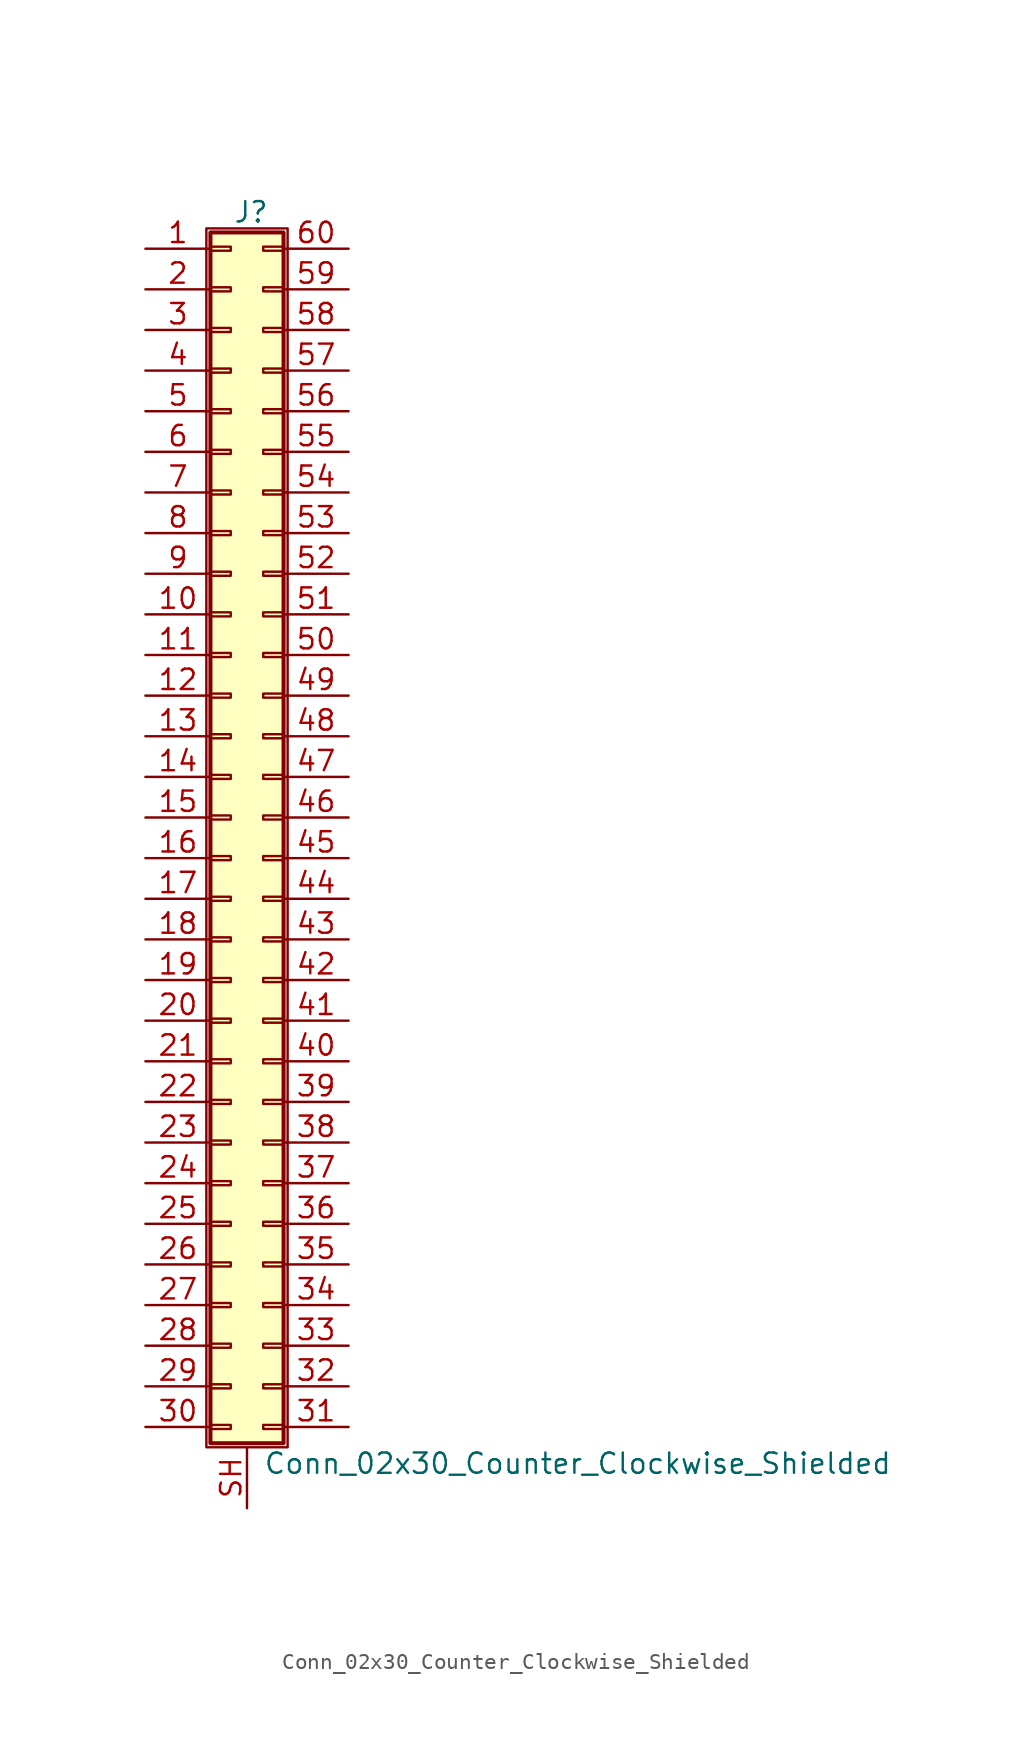
<source format=kicad_sym>
(kicad_symbol_lib
  (version 20211014)
  (generator kicad_symbol_editor)
  (symbol "Conn_02x30_Counter_Clockwise_Shielded"
    (pin_names
      (offset 1.016) hide)
    (property "Reference" "J"
      (at 1.524 37.846 0)
      (effects (font (size 1.27 1.27))))
    (property "Value" "Conn_02x30_Counter_Clockwise_Shielded"
      (at 2.286 -40.386 0)
      (effects (font (size 1.27 1.27)) (justify left)))
    (symbol "Conn_02x30_Counter_Clockwise_Shielded_1_1"
      (rectangle (start -1.27 36.83) (end 3.81 -39.37) (stroke (width 0.152) (type default) (color 0 0 0 0)) (fill (type none)))
      (rectangle (start -1.016 -37.973) (end 0.254 -38.227) (stroke (width 0.152) (type default) (color 0 0 0 0)) (fill (type none)))
      (rectangle (start -1.016 -35.433) (end 0.254 -35.687) (stroke (width 0.152) (type default) (color 0 0 0 0)) (fill (type none)))
      (rectangle (start -1.016 -32.893) (end 0.254 -33.147) (stroke (width 0.152) (type default) (color 0 0 0 0)) (fill (type none)))
      (rectangle (start -1.016 -30.353) (end 0.254 -30.607) (stroke (width 0.152) (type default) (color 0 0 0 0)) (fill (type none)))
      (rectangle (start -1.016 -27.813) (end 0.254 -28.067) (stroke (width 0.152) (type default) (color 0 0 0 0)) (fill (type none)))
      (rectangle (start -1.016 -25.273) (end 0.254 -25.527) (stroke (width 0.152) (type default) (color 0 0 0 0)) (fill (type none)))
      (rectangle (start -1.016 -22.733) (end 0.254 -22.987) (stroke (width 0.152) (type default) (color 0 0 0 0)) (fill (type none)))
      (rectangle (start -1.016 -20.193) (end 0.254 -20.447) (stroke (width 0.152) (type default) (color 0 0 0 0)) (fill (type none)))
      (rectangle (start -1.016 -17.653) (end 0.254 -17.907) (stroke (width 0.152) (type default) (color 0 0 0 0)) (fill (type none)))
      (rectangle (start -1.016 -15.113) (end 0.254 -15.367) (stroke (width 0.152) (type default) (color 0 0 0 0)) (fill (type none)))
      (rectangle (start -1.016 -12.573) (end 0.254 -12.827) (stroke (width 0.152) (type default) (color 0 0 0 0)) (fill (type none)))
      (rectangle (start -1.016 -10.033) (end 0.254 -10.287) (stroke (width 0.152) (type default) (color 0 0 0 0)) (fill (type none)))
      (rectangle (start -1.016 -7.493) (end 0.254 -7.747) (stroke (width 0.152) (type default) (color 0 0 0 0)) (fill (type none)))
      (rectangle (start -1.016 -4.953) (end 0.254 -5.207) (stroke (width 0.152) (type default) (color 0 0 0 0)) (fill (type none)))
      (rectangle (start -1.016 -2.413) (end 0.254 -2.667) (stroke (width 0.152) (type default) (color 0 0 0 0)) (fill (type none)))
      (rectangle (start -1.016 0.127) (end 0.254 -0.127) (stroke (width 0.152) (type default) (color 0 0 0 0)) (fill (type none)))
      (rectangle (start -1.016 2.667) (end 0.254 2.413) (stroke (width 0.152) (type default) (color 0 0 0 0)) (fill (type none)))
      (rectangle (start -1.016 5.207) (end 0.254 4.953) (stroke (width 0.152) (type default) (color 0 0 0 0)) (fill (type none)))
      (rectangle (start -1.016 7.747) (end 0.254 7.493) (stroke (width 0.152) (type default) (color 0 0 0 0)) (fill (type none)))
      (rectangle (start -1.016 10.287) (end 0.254 10.033) (stroke (width 0.152) (type default) (color 0 0 0 0)) (fill (type none)))
      (rectangle (start -1.016 12.827) (end 0.254 12.573) (stroke (width 0.152) (type default) (color 0 0 0 0)) (fill (type none)))
      (rectangle (start -1.016 15.367) (end 0.254 15.113) (stroke (width 0.152) (type default) (color 0 0 0 0)) (fill (type none)))
      (rectangle (start -1.016 17.907) (end 0.254 17.653) (stroke (width 0.152) (type default) (color 0 0 0 0)) (fill (type none)))
      (rectangle (start -1.016 20.447) (end 0.254 20.193) (stroke (width 0.152) (type default) (color 0 0 0 0)) (fill (type none)))
      (rectangle (start -1.016 22.987) (end 0.254 22.733) (stroke (width 0.152) (type default) (color 0 0 0 0)) (fill (type none)))
      (rectangle (start -1.016 25.527) (end 0.254 25.273) (stroke (width 0.152) (type default) (color 0 0 0 0)) (fill (type none)))
      (rectangle (start -1.016 28.067) (end 0.254 27.813) (stroke (width 0.152) (type default) (color 0 0 0 0)) (fill (type none)))
      (rectangle (start -1.016 30.607) (end 0.254 30.353) (stroke (width 0.152) (type default) (color 0 0 0 0)) (fill (type none)))
      (rectangle (start -1.016 33.147) (end 0.254 32.893) (stroke (width 0.152) (type default) (color 0 0 0 0)) (fill (type none)))
      (rectangle (start -1.016 35.687) (end 0.254 35.433) (stroke (width 0.152) (type default) (color 0 0 0 0)) (fill (type none)))
      (rectangle (start -1.016 36.576) (end 3.556 -39.116) (stroke (width 0.254) (type default) (color 0 0 0 0)) (fill (type background)))
      (rectangle (start 3.556 -37.973) (end 2.286 -38.227) (stroke (width 0.152) (type default) (color 0 0 0 0)) (fill (type none)))
      (rectangle (start 3.556 -35.433) (end 2.286 -35.687) (stroke (width 0.152) (type default) (color 0 0 0 0)) (fill (type none)))
      (rectangle (start 3.556 -32.893) (end 2.286 -33.147) (stroke (width 0.152) (type default) (color 0 0 0 0)) (fill (type none)))
      (rectangle (start 3.556 -30.353) (end 2.286 -30.607) (stroke (width 0.152) (type default) (color 0 0 0 0)) (fill (type none)))
      (rectangle (start 3.556 -27.813) (end 2.286 -28.067) (stroke (width 0.152) (type default) (color 0 0 0 0)) (fill (type none)))
      (rectangle (start 3.556 -25.273) (end 2.286 -25.527) (stroke (width 0.152) (type default) (color 0 0 0 0)) (fill (type none)))
      (rectangle (start 3.556 -22.733) (end 2.286 -22.987) (stroke (width 0.152) (type default) (color 0 0 0 0)) (fill (type none)))
      (rectangle (start 3.556 -20.193) (end 2.286 -20.447) (stroke (width 0.152) (type default) (color 0 0 0 0)) (fill (type none)))
      (rectangle (start 3.556 -17.653) (end 2.286 -17.907) (stroke (width 0.152) (type default) (color 0 0 0 0)) (fill (type none)))
      (rectangle (start 3.556 -15.113) (end 2.286 -15.367) (stroke (width 0.152) (type default) (color 0 0 0 0)) (fill (type none)))
      (rectangle (start 3.556 -12.573) (end 2.286 -12.827) (stroke (width 0.152) (type default) (color 0 0 0 0)) (fill (type none)))
      (rectangle (start 3.556 -10.033) (end 2.286 -10.287) (stroke (width 0.152) (type default) (color 0 0 0 0)) (fill (type none)))
      (rectangle (start 3.556 -7.493) (end 2.286 -7.747) (stroke (width 0.152) (type default) (color 0 0 0 0)) (fill (type none)))
      (rectangle (start 3.556 -4.953) (end 2.286 -5.207) (stroke (width 0.152) (type default) (color 0 0 0 0)) (fill (type none)))
      (rectangle (start 3.556 -2.413) (end 2.286 -2.667) (stroke (width 0.152) (type default) (color 0 0 0 0)) (fill (type none)))
      (rectangle (start 3.556 0.127) (end 2.286 -0.127) (stroke (width 0.152) (type default) (color 0 0 0 0)) (fill (type none)))
      (rectangle (start 3.556 2.667) (end 2.286 2.413) (stroke (width 0.152) (type default) (color 0 0 0 0)) (fill (type none)))
      (rectangle (start 3.556 5.207) (end 2.286 4.953) (stroke (width 0.152) (type default) (color 0 0 0 0)) (fill (type none)))
      (rectangle (start 3.556 7.747) (end 2.286 7.493) (stroke (width 0.152) (type default) (color 0 0 0 0)) (fill (type none)))
      (rectangle (start 3.556 10.287) (end 2.286 10.033) (stroke (width 0.152) (type default) (color 0 0 0 0)) (fill (type none)))
      (rectangle (start 3.556 12.827) (end 2.286 12.573) (stroke (width 0.152) (type default) (color 0 0 0 0)) (fill (type none)))
      (rectangle (start 3.556 15.367) (end 2.286 15.113) (stroke (width 0.152) (type default) (color 0 0 0 0)) (fill (type none)))
      (rectangle (start 3.556 17.907) (end 2.286 17.653) (stroke (width 0.152) (type default) (color 0 0 0 0)) (fill (type none)))
      (rectangle (start 3.556 20.447) (end 2.286 20.193) (stroke (width 0.152) (type default) (color 0 0 0 0)) (fill (type none)))
      (rectangle (start 3.556 22.987) (end 2.286 22.733) (stroke (width 0.152) (type default) (color 0 0 0 0)) (fill (type none)))
      (rectangle (start 3.556 25.527) (end 2.286 25.273) (stroke (width 0.152) (type default) (color 0 0 0 0)) (fill (type none)))
      (rectangle (start 3.556 28.067) (end 2.286 27.813) (stroke (width 0.152) (type default) (color 0 0 0 0)) (fill (type none)))
      (rectangle (start 3.556 30.607) (end 2.286 30.353) (stroke (width 0.152) (type default) (color 0 0 0 0)) (fill (type none)))
      (rectangle (start 3.556 33.147) (end 2.286 32.893) (stroke (width 0.152) (type default) (color 0 0 0 0)) (fill (type none)))
      (rectangle (start 3.556 35.687) (end 2.286 35.433) (stroke (width 0.152) (type default) (color 0 0 0 0)) (fill (type none)))
      (pin passive line (at -5.08 35.56 0) (length 4.064) (name "Pin_1" (effects (font (size 1.27 1.27)))) (number "1" (effects (font (size 1.27 1.27)))))
      (pin passive line (at -5.08 12.7 0) (length 4.064) (name "Pin_10" (effects (font (size 1.27 1.27)))) (number "10" (effects (font (size 1.27 1.27)))))
      (pin passive line (at -5.08 10.16 0) (length 4.064) (name "Pin_11" (effects (font (size 1.27 1.27)))) (number "11" (effects (font (size 1.27 1.27)))))
      (pin passive line (at -5.08 7.62 0) (length 4.064) (name "Pin_12" (effects (font (size 1.27 1.27)))) (number "12" (effects (font (size 1.27 1.27)))))
      (pin passive line (at -5.08 5.08 0) (length 4.064) (name "Pin_13" (effects (font (size 1.27 1.27)))) (number "13" (effects (font (size 1.27 1.27)))))
      (pin passive line (at -5.08 2.54 0) (length 4.064) (name "Pin_14" (effects (font (size 1.27 1.27)))) (number "14" (effects (font (size 1.27 1.27)))))
      (pin passive line (at -5.08 0 0) (length 4.064) (name "Pin_15" (effects (font (size 1.27 1.27)))) (number "15" (effects (font (size 1.27 1.27)))))
      (pin passive line (at -5.08 -2.54 0) (length 4.064) (name "Pin_16" (effects (font (size 1.27 1.27)))) (number "16" (effects (font (size 1.27 1.27)))))
      (pin passive line (at -5.08 -5.08 0) (length 4.064) (name "Pin_17" (effects (font (size 1.27 1.27)))) (number "17" (effects (font (size 1.27 1.27)))))
      (pin passive line (at -5.08 -7.62 0) (length 4.064) (name "Pin_18" (effects (font (size 1.27 1.27)))) (number "18" (effects (font (size 1.27 1.27)))))
      (pin passive line (at -5.08 -10.16 0) (length 4.064) (name "Pin_19" (effects (font (size 1.27 1.27)))) (number "19" (effects (font (size 1.27 1.27)))))
      (pin passive line (at -5.08 33.02 0) (length 4.064) (name "Pin_2" (effects (font (size 1.27 1.27)))) (number "2" (effects (font (size 1.27 1.27)))))
      (pin passive line (at -5.08 -12.7 0) (length 4.064) (name "Pin_20" (effects (font (size 1.27 1.27)))) (number "20" (effects (font (size 1.27 1.27)))))
      (pin passive line (at -5.08 -15.24 0) (length 4.064) (name "Pin_21" (effects (font (size 1.27 1.27)))) (number "21" (effects (font (size 1.27 1.27)))))
      (pin passive line (at -5.08 -17.78 0) (length 4.064) (name "Pin_22" (effects (font (size 1.27 1.27)))) (number "22" (effects (font (size 1.27 1.27)))))
      (pin passive line (at -5.08 -20.32 0) (length 4.064) (name "Pin_23" (effects (font (size 1.27 1.27)))) (number "23" (effects (font (size 1.27 1.27)))))
      (pin passive line (at -5.08 -22.86 0) (length 4.064) (name "Pin_24" (effects (font (size 1.27 1.27)))) (number "24" (effects (font (size 1.27 1.27)))))
      (pin passive line (at -5.08 -25.4 0) (length 4.064) (name "Pin_25" (effects (font (size 1.27 1.27)))) (number "25" (effects (font (size 1.27 1.27)))))
      (pin passive line (at -5.08 -27.94 0) (length 4.064) (name "Pin_26" (effects (font (size 1.27 1.27)))) (number "26" (effects (font (size 1.27 1.27)))))
      (pin passive line (at -5.08 -30.48 0) (length 4.064) (name "Pin_27" (effects (font (size 1.27 1.27)))) (number "27" (effects (font (size 1.27 1.27)))))
      (pin passive line (at -5.08 -33.02 0) (length 4.064) (name "Pin_28" (effects (font (size 1.27 1.27)))) (number "28" (effects (font (size 1.27 1.27)))))
      (pin passive line (at -5.08 -35.56 0) (length 4.064) (name "Pin_29" (effects (font (size 1.27 1.27)))) (number "29" (effects (font (size 1.27 1.27)))))
      (pin passive line (at -5.08 30.48 0) (length 4.064) (name "Pin_3" (effects (font (size 1.27 1.27)))) (number "3" (effects (font (size 1.27 1.27)))))
      (pin passive line (at -5.08 -38.1 0) (length 4.064) (name "Pin_30" (effects (font (size 1.27 1.27)))) (number "30" (effects (font (size 1.27 1.27)))))
      (pin passive line (at 7.62 -38.1 180) (length 4.064) (name "Pin_31" (effects (font (size 1.27 1.27)))) (number "31" (effects (font (size 1.27 1.27)))))
      (pin passive line (at 7.62 -35.56 180) (length 4.064) (name "Pin_32" (effects (font (size 1.27 1.27)))) (number "32" (effects (font (size 1.27 1.27)))))
      (pin passive line (at 7.62 -33.02 180) (length 4.064) (name "Pin_33" (effects (font (size 1.27 1.27)))) (number "33" (effects (font (size 1.27 1.27)))))
      (pin passive line (at 7.62 -30.48 180) (length 4.064) (name "Pin_34" (effects (font (size 1.27 1.27)))) (number "34" (effects (font (size 1.27 1.27)))))
      (pin passive line (at 7.62 -27.94 180) (length 4.064) (name "Pin_35" (effects (font (size 1.27 1.27)))) (number "35" (effects (font (size 1.27 1.27)))))
      (pin passive line (at 7.62 -25.4 180) (length 4.064) (name "Pin_36" (effects (font (size 1.27 1.27)))) (number "36" (effects (font (size 1.27 1.27)))))
      (pin passive line (at 7.62 -22.86 180) (length 4.064) (name "Pin_37" (effects (font (size 1.27 1.27)))) (number "37" (effects (font (size 1.27 1.27)))))
      (pin passive line (at 7.62 -20.32 180) (length 4.064) (name "Pin_38" (effects (font (size 1.27 1.27)))) (number "38" (effects (font (size 1.27 1.27)))))
      (pin passive line (at 7.62 -17.78 180) (length 4.064) (name "Pin_39" (effects (font (size 1.27 1.27)))) (number "39" (effects (font (size 1.27 1.27)))))
      (pin passive line (at -5.08 27.94 0) (length 4.064) (name "Pin_4" (effects (font (size 1.27 1.27)))) (number "4" (effects (font (size 1.27 1.27)))))
      (pin passive line (at 7.62 -15.24 180) (length 4.064) (name "Pin_40" (effects (font (size 1.27 1.27)))) (number "40" (effects (font (size 1.27 1.27)))))
      (pin passive line (at 7.62 -12.7 180) (length 4.064) (name "Pin_41" (effects (font (size 1.27 1.27)))) (number "41" (effects (font (size 1.27 1.27)))))
      (pin passive line (at 7.62 -10.16 180) (length 4.064) (name "Pin_42" (effects (font (size 1.27 1.27)))) (number "42" (effects (font (size 1.27 1.27)))))
      (pin passive line (at 7.62 -7.62 180) (length 4.064) (name "Pin_43" (effects (font (size 1.27 1.27)))) (number "43" (effects (font (size 1.27 1.27)))))
      (pin passive line (at 7.62 -5.08 180) (length 4.064) (name "Pin_44" (effects (font (size 1.27 1.27)))) (number "44" (effects (font (size 1.27 1.27)))))
      (pin passive line (at 7.62 -2.54 180) (length 4.064) (name "Pin_45" (effects (font (size 1.27 1.27)))) (number "45" (effects (font (size 1.27 1.27)))))
      (pin passive line (at 7.62 0 180) (length 4.064) (name "Pin_46" (effects (font (size 1.27 1.27)))) (number "46" (effects (font (size 1.27 1.27)))))
      (pin passive line (at 7.62 2.54 180) (length 4.064) (name "Pin_47" (effects (font (size 1.27 1.27)))) (number "47" (effects (font (size 1.27 1.27)))))
      (pin passive line (at 7.62 5.08 180) (length 4.064) (name "Pin_48" (effects (font (size 1.27 1.27)))) (number "48" (effects (font (size 1.27 1.27)))))
      (pin passive line (at 7.62 7.62 180) (length 4.064) (name "Pin_49" (effects (font (size 1.27 1.27)))) (number "49" (effects (font (size 1.27 1.27)))))
      (pin passive line (at -5.08 25.4 0) (length 4.064) (name "Pin_5" (effects (font (size 1.27 1.27)))) (number "5" (effects (font (size 1.27 1.27)))))
      (pin passive line (at 7.62 10.16 180) (length 4.064) (name "Pin_50" (effects (font (size 1.27 1.27)))) (number "50" (effects (font (size 1.27 1.27)))))
      (pin passive line (at 7.62 12.7 180) (length 4.064) (name "Pin_51" (effects (font (size 1.27 1.27)))) (number "51" (effects (font (size 1.27 1.27)))))
      (pin passive line (at 7.62 15.24 180) (length 4.064) (name "Pin_52" (effects (font (size 1.27 1.27)))) (number "52" (effects (font (size 1.27 1.27)))))
      (pin passive line (at 7.62 17.78 180) (length 4.064) (name "Pin_53" (effects (font (size 1.27 1.27)))) (number "53" (effects (font (size 1.27 1.27)))))
      (pin passive line (at 7.62 20.32 180) (length 4.064) (name "Pin_54" (effects (font (size 1.27 1.27)))) (number "54" (effects (font (size 1.27 1.27)))))
      (pin passive line (at 7.62 22.86 180) (length 4.064) (name "Pin_55" (effects (font (size 1.27 1.27)))) (number "55" (effects (font (size 1.27 1.27)))))
      (pin passive line (at 7.62 25.4 180) (length 4.064) (name "Pin_56" (effects (font (size 1.27 1.27)))) (number "56" (effects (font (size 1.27 1.27)))))
      (pin passive line (at 7.62 27.94 180) (length 4.064) (name "Pin_57" (effects (font (size 1.27 1.27)))) (number "57" (effects (font (size 1.27 1.27)))))
      (pin passive line (at 7.62 30.48 180) (length 4.064) (name "Pin_58" (effects (font (size 1.27 1.27)))) (number "58" (effects (font (size 1.27 1.27)))))
      (pin passive line (at 7.62 33.02 180) (length 4.064) (name "Pin_59" (effects (font (size 1.27 1.27)))) (number "59" (effects (font (size 1.27 1.27)))))
      (pin passive line (at -5.08 22.86 0) (length 4.064) (name "Pin_6" (effects (font (size 1.27 1.27)))) (number "6" (effects (font (size 1.27 1.27)))))
      (pin passive line (at 7.62 35.56 180) (length 4.064) (name "Pin_60" (effects (font (size 1.27 1.27)))) (number "60" (effects (font (size 1.27 1.27)))))
      (pin passive line (at -5.08 20.32 0) (length 4.064) (name "Pin_7" (effects (font (size 1.27 1.27)))) (number "7" (effects (font (size 1.27 1.27)))))
      (pin passive line (at -5.08 17.78 0) (length 4.064) (name "Pin_8" (effects (font (size 1.27 1.27)))) (number "8" (effects (font (size 1.27 1.27)))))
      (pin passive line (at -5.08 15.24 0) (length 4.064) (name "Pin_9" (effects (font (size 1.27 1.27)))) (number "9" (effects (font (size 1.27 1.27)))))
      (pin passive line (at 1.27 -43.18 90) (length 3.81) (name "Shield" (effects (font (size 1.27 1.27)))) (number "SH" (effects (font (size 1.27 1.27))))))))
</source>
